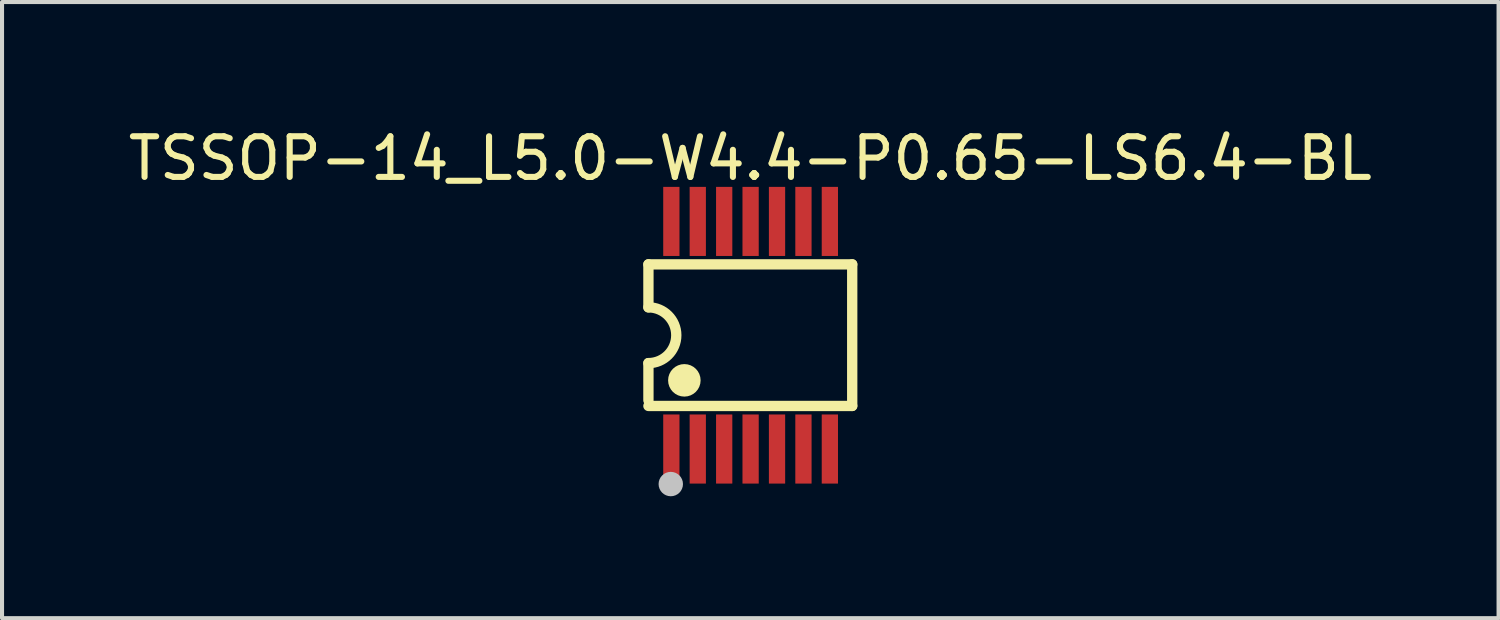
<source format=kicad_pcb>
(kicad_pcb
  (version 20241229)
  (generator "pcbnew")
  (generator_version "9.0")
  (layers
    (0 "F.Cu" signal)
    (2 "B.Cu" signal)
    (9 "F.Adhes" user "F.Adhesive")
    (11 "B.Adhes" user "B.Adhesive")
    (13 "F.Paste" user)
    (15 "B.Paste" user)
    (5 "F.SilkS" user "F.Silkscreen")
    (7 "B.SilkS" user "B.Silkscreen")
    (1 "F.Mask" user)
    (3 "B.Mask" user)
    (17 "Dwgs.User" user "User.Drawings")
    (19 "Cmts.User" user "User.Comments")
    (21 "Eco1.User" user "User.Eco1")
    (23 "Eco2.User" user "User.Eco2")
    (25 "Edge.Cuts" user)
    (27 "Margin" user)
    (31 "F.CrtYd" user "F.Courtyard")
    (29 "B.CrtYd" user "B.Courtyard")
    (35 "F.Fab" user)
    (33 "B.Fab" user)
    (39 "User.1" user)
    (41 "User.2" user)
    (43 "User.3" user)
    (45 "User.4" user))
  (footprint "TSSOP-14_L5.0-W4.4-P0.65-LS6.4-BL"
    (layer "F.Cu")
    (at 15.418 5.198)
    (property "Reference" "TSSOP-14_L5.0-W4.4-P0.65-LS6.4-BL" (at -0.007 -4.35 0) (layer "F.SilkS") (effects (font (size 1 1) (thickness 0.15))))
    (fp_line (start -2.514 -1.744) (end 2.5 -1.744) (stroke (width 0.254) (type default)) (layer "F.SilkS"))
    (fp_line (start -2.514 -0.686) (end -2.514 -1.744) (stroke (width 0.254) (type default)) (layer "F.SilkS"))
    (fp_line (start -2.514 1.6) (end -2.514 0.686) (stroke (width 0.254) (type default)) (layer "F.SilkS"))
    (fp_line (start -2.514 1.74) (end 2.5 1.74) (stroke (width 0.254) (type default)) (layer "F.SilkS"))
    (fp_line (start 2.5 -1.744) (end 2.5 1.74) (stroke (width 0.254) (type default)) (layer "F.SilkS"))
    (fp_arc (start -2.5145 -0.686) (mid -1.8285 0) (end -2.5145 0.686) (stroke (width 0.254) (type default)) (layer "F.SilkS"))
    (fp_circle (center -1.63 1.11) (end -1.43 1.11) (stroke (width 0.4) (type default)) (fill no) (layer "F.SilkS"))
    (fp_circle (center -1.964 3.662) (end -1.814 3.662) (stroke (width 0.3) (type default)) (fill no) (layer "Dwgs.User"))
    (fp_poly (pts (xy -2.072 -2.6) (xy -2.072 -3.2) (xy -1.827 -3.2) (xy -1.827 -2.6)) (stroke (width 0.1) (type default)) (fill no) (layer "User.1"))
    (fp_poly (pts (xy -2.072 -2.19) (xy -2.072 -2.61) (xy -1.827 -2.61) (xy -1.827 -2.19)) (stroke (width 0.1) (type default)) (fill no) (layer "User.1"))
    (fp_poly (pts (xy -2.072 2.61) (xy -2.072 2.19) (xy -1.827 2.19) (xy -1.827 2.61)) (stroke (width 0.1) (type default)) (fill no) (layer "User.1"))
    (fp_poly (pts (xy -2.072 3.2) (xy -2.072 2.6) (xy -1.827 2.6) (xy -1.827 3.2)) (stroke (width 0.1) (type default)) (fill no) (layer "User.1"))
    (fp_poly (pts (xy -1.423 -2.6) (xy -1.423 -3.2) (xy -1.177 -3.2) (xy -1.177 -2.6)) (stroke (width 0.1) (type default)) (fill no) (layer "User.1"))
    (fp_poly (pts (xy -1.423 -2.19) (xy -1.423 -2.61) (xy -1.177 -2.61) (xy -1.177 -2.19)) (stroke (width 0.1) (type default)) (fill no) (layer "User.1"))
    (fp_poly (pts (xy -1.423 2.61) (xy -1.423 2.19) (xy -1.177 2.19) (xy -1.177 2.61)) (stroke (width 0.1) (type default)) (fill no) (layer "User.1"))
    (fp_poly (pts (xy -1.423 3.2) (xy -1.423 2.6) (xy -1.177 2.6) (xy -1.177 3.2)) (stroke (width 0.1) (type default)) (fill no) (layer "User.1"))
    (fp_poly (pts (xy -0.772 -2.6) (xy -0.772 -3.2) (xy -0.527 -3.2) (xy -0.527 -2.6)) (stroke (width 0.1) (type default)) (fill no) (layer "User.1"))
    (fp_poly (pts (xy -0.772 -2.19) (xy -0.772 -2.61) (xy -0.527 -2.61) (xy -0.527 -2.19)) (stroke (width 0.1) (type default)) (fill no) (layer "User.1"))
    (fp_poly (pts (xy -0.772 2.61) (xy -0.772 2.19) (xy -0.527 2.19) (xy -0.527 2.61)) (stroke (width 0.1) (type default)) (fill no) (layer "User.1"))
    (fp_poly (pts (xy -0.772 3.2) (xy -0.772 2.6) (xy -0.527 2.6) (xy -0.527 3.2)) (stroke (width 0.1) (type default)) (fill no) (layer "User.1"))
    (fp_poly (pts (xy -0.122 -2.6) (xy -0.122 -3.2) (xy 0.122 -3.2) (xy 0.122 -2.6)) (stroke (width 0.1) (type default)) (fill no) (layer "User.1"))
    (fp_poly (pts (xy -0.122 -2.19) (xy -0.122 -2.61) (xy 0.122 -2.61) (xy 0.122 -2.19)) (stroke (width 0.1) (type default)) (fill no) (layer "User.1"))
    (fp_poly (pts (xy -0.122 2.61) (xy -0.122 2.19) (xy 0.122 2.19) (xy 0.122 2.61)) (stroke (width 0.1) (type default)) (fill no) (layer "User.1"))
    (fp_poly (pts (xy -0.122 3.2) (xy -0.122 2.6) (xy 0.122 2.6) (xy 0.122 3.2)) (stroke (width 0.1) (type default)) (fill no) (layer "User.1"))
    (fp_poly (pts (xy 0.527 -2.6) (xy 0.527 -3.2) (xy 0.772 -3.2) (xy 0.772 -2.6)) (stroke (width 0.1) (type default)) (fill no) (layer "User.1"))
    (fp_poly (pts (xy 0.527 -2.19) (xy 0.527 -2.61) (xy 0.772 -2.61) (xy 0.772 -2.19)) (stroke (width 0.1) (type default)) (fill no) (layer "User.1"))
    (fp_poly (pts (xy 0.527 2.61) (xy 0.527 2.19) (xy 0.772 2.19) (xy 0.772 2.61)) (stroke (width 0.1) (type default)) (fill no) (layer "User.1"))
    (fp_poly (pts (xy 0.527 3.2) (xy 0.527 2.6) (xy 0.772 2.6) (xy 0.772 3.2)) (stroke (width 0.1) (type default)) (fill no) (layer "User.1"))
    (fp_poly (pts (xy 1.177 -2.6) (xy 1.177 -3.2) (xy 1.423 -3.2) (xy 1.423 -2.6)) (stroke (width 0.1) (type default)) (fill no) (layer "User.1"))
    (fp_poly (pts (xy 1.177 -2.19) (xy 1.177 -2.61) (xy 1.423 -2.61) (xy 1.423 -2.19)) (stroke (width 0.1) (type default)) (fill no) (layer "User.1"))
    (fp_poly (pts (xy 1.177 2.61) (xy 1.177 2.19) (xy 1.423 2.19) (xy 1.423 2.61)) (stroke (width 0.1) (type default)) (fill no) (layer "User.1"))
    (fp_poly (pts (xy 1.177 3.2) (xy 1.177 2.6) (xy 1.423 2.6) (xy 1.423 3.2)) (stroke (width 0.1) (type default)) (fill no) (layer "User.1"))
    (fp_poly (pts (xy 1.827 -2.6) (xy 1.827 -3.2) (xy 2.072 -3.2) (xy 2.072 -2.6)) (stroke (width 0.1) (type default)) (fill no) (layer "User.1"))
    (fp_poly (pts (xy 1.827 -2.19) (xy 1.827 -2.61) (xy 2.072 -2.61) (xy 2.072 -2.19)) (stroke (width 0.1) (type default)) (fill no) (layer "User.1"))
    (fp_poly (pts (xy 1.827 2.61) (xy 1.827 2.19) (xy 2.072 2.19) (xy 2.072 2.61)) (stroke (width 0.1) (type default)) (fill no) (layer "User.1"))
    (fp_poly (pts (xy 1.827 3.2) (xy 1.827 2.6) (xy 2.072 2.6) (xy 2.072 3.2)) (stroke (width 0.1) (type default)) (fill no) (layer "User.1"))
    (fp_line (start -2.5 -2.2) (end -2.5 2.2) (stroke (width 0.051) (type default)) (layer "User.2"))
    (fp_line (start -2.5 2.2) (end 2.5 2.2) (stroke (width 0.051) (type default)) (layer "User.2"))
    (fp_line (start 2.5 -2.2) (end -2.5 -2.2) (stroke (width 0.051) (type default)) (layer "User.2"))
    (fp_line (start 2.5 2.2) (end 2.5 -2.2) (stroke (width 0.051) (type default)) (layer "User.2"))
    (fp_poly (pts (xy -1.975 2.597) (xy -2.007 2.565) (xy -2.053 2.565) (xy -2.085 2.597) (xy -2.085 2.643) (xy -2.053 2.675) (xy -2.007 2.675) (xy -1.975 2.643)) (stroke (width 0.1) (type default)) (fill no) (layer "User.3"))
    (pad "1" smd rect (at -1.95 2.8) (size 0.4 1.7) (layers "F.Cu" "F.Mask" "F.Paste"))
    (pad "2" smd rect (at -1.3 2.8) (size 0.4 1.7) (layers "F.Cu" "F.Mask" "F.Paste"))
    (pad "3" smd rect (at -0.65 2.8) (size 0.4 1.7) (layers "F.Cu" "F.Mask" "F.Paste"))
    (pad "4" smd rect (at 0 2.8) (size 0.4 1.7) (layers "F.Cu" "F.Mask" "F.Paste"))
    (pad "5" smd rect (at 0.65 2.8) (size 0.4 1.7) (layers "F.Cu" "F.Mask" "F.Paste"))
    (pad "6" smd rect (at 1.3 2.8) (size 0.4 1.7) (layers "F.Cu" "F.Mask" "F.Paste"))
    (pad "7" smd rect (at 1.95 2.8) (size 0.4 1.7) (layers "F.Cu" "F.Mask" "F.Paste"))
    (pad "8" smd rect (at 1.95 -2.8) (size 0.4 1.7) (layers "F.Cu" "F.Mask" "F.Paste"))
    (pad "9" smd rect (at 1.3 -2.8) (size 0.4 1.7) (layers "F.Cu" "F.Mask" "F.Paste"))
    (pad "10" smd rect (at 0.65 -2.8) (size 0.4 1.7) (layers "F.Cu" "F.Mask" "F.Paste"))
    (pad "11" smd rect (at 0 -2.8) (size 0.4 1.7) (layers "F.Cu" "F.Mask" "F.Paste"))
    (pad "12" smd rect (at -0.65 -2.8) (size 0.4 1.7) (layers "F.Cu" "F.Mask" "F.Paste"))
    (pad "13" smd rect (at -1.3 -2.8) (size 0.4 1.7) (layers "F.Cu" "F.Mask" "F.Paste"))
    (pad "14" smd rect (at -1.95 -2.8) (size 0.4 1.7) (layers "F.Cu" "F.Mask" "F.Paste")))
  (gr_rect
    (start -3 -3)
    (end 33.821 12.16)
    (stroke (width 0.1) (type default))
    (fill no)
    (layer "Edge.Cuts")))
</source>
